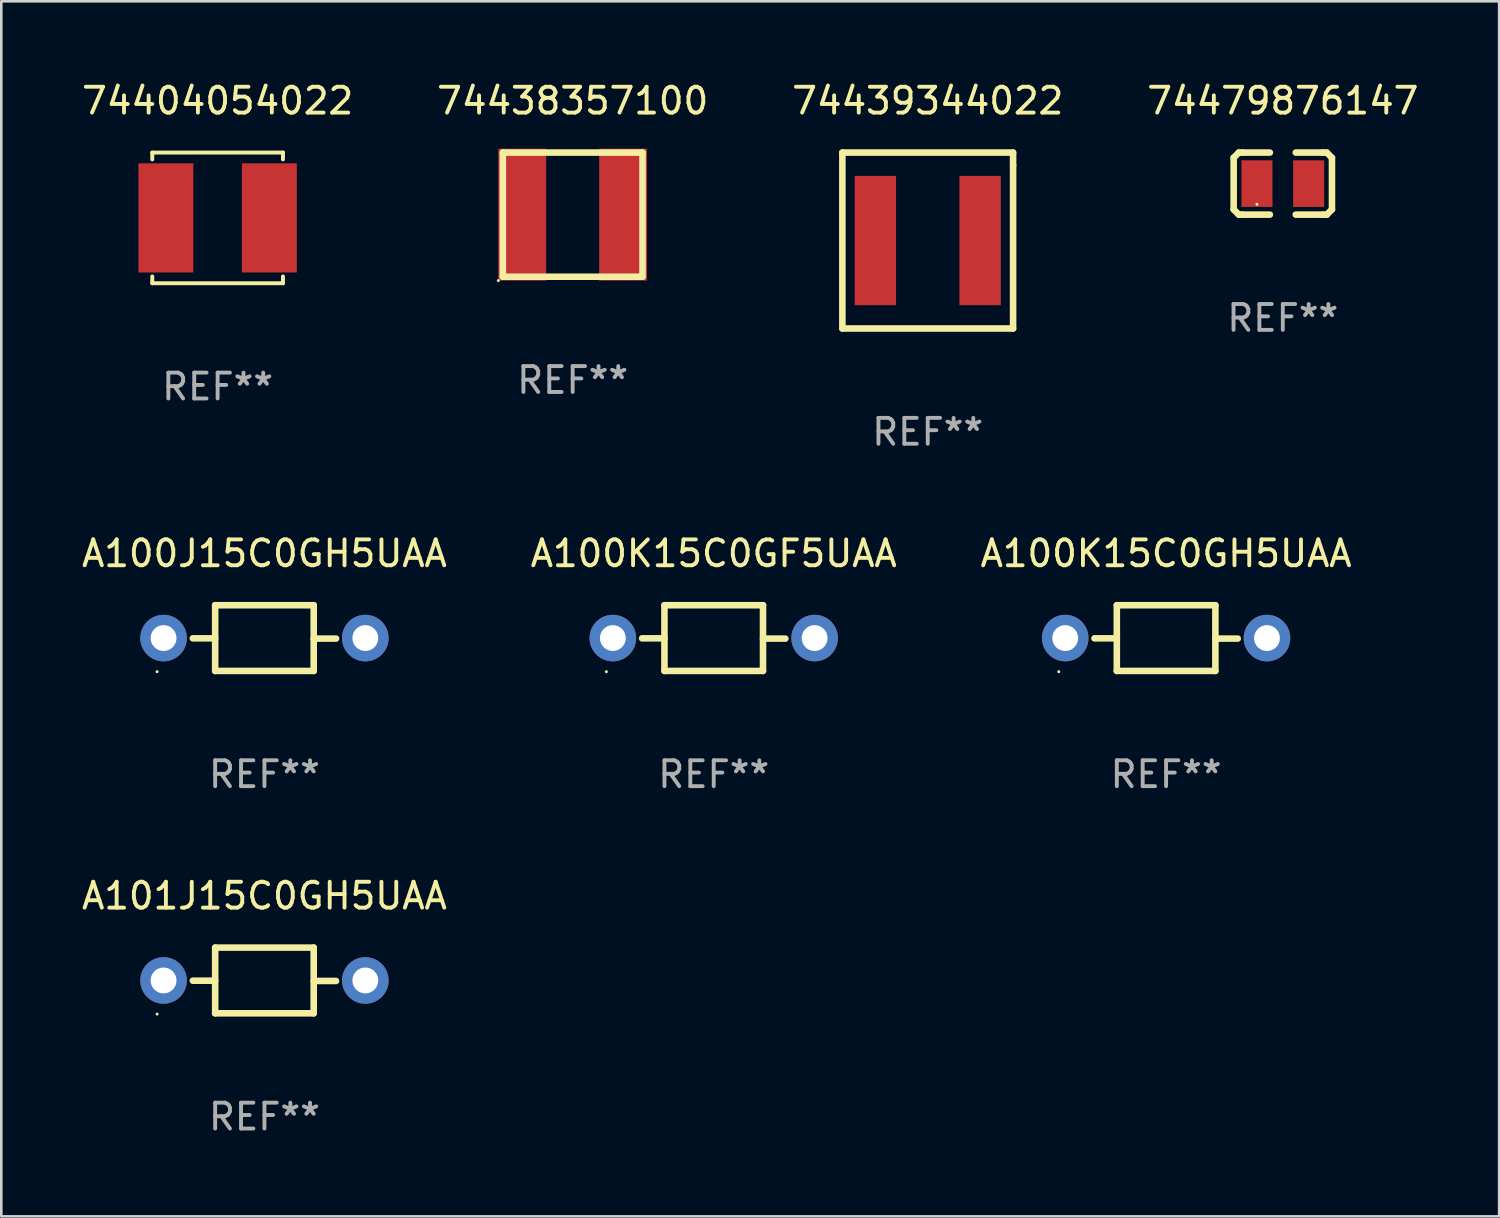
<source format=kicad_pcb>
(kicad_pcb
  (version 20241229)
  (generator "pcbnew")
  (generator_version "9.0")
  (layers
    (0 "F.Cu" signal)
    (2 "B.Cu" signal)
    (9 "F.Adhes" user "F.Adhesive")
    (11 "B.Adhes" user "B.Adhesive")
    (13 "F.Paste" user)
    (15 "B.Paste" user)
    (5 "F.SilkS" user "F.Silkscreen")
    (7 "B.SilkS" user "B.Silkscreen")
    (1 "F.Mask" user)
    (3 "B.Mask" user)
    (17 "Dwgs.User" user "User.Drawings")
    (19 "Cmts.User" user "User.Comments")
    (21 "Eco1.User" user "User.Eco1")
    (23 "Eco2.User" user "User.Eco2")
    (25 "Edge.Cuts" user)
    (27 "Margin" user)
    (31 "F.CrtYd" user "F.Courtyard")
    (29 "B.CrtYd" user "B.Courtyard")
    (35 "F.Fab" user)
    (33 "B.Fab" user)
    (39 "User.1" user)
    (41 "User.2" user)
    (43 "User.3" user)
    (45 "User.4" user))
  (footprint "74439344022"
    (layer "F.Cu")
    (at 32.815 6.249)
    (property "Reference" "74439344022" (at 0 -5.401 0) (layer "F.SilkS") (effects (font (size 1 1) (thickness 0.15))))
    (attr through_hole)
    (fp_line (start -3.3 -3.401) (end 3.299 -3.401) (stroke (width 0.254) (type solid)) (layer "F.SilkS"))
    (fp_line (start -3.3 3.401) (end -3.3 -3.401) (stroke (width 0.254) (type solid)) (layer "F.SilkS"))
    (fp_line (start 3.3 -3.4) (end 3.3 -2.9) (stroke (width 0.254) (type solid)) (layer "F.SilkS"))
    (fp_line (start 3.3 -2.9) (end 3.3 3.4) (stroke (width 0.254) (type solid)) (layer "F.SilkS"))
    (fp_line (start 3.3 3.4) (end -3.3 3.401) (stroke (width 0.254) (type solid)) (layer "F.SilkS"))
    (fp_circle (center -3.225 3.325) (end -3.195 3.325) (stroke (width 0.06) (type solid)) (fill no) (layer "F.SilkS"))
    (fp_text user "REF**" (at 0 7.401 0) (layer "F.Fab") (effects (font (size 1 1) (thickness 0.15))))
    (pad "1" smd rect (at -2.025 0) (size 1.6 5) (layers "F.Cu" "F.Mask" "F.Paste"))
    (pad "2" smd rect (at 2.025 0) (size 1.6 5) (layers "F.Cu" "F.Mask" "F.Paste")))
  (footprint "74438357100"
    (layer "F.Cu")
    (at 19.089 5.248)
    (property "Reference" "74438357100" (at 0 -4.4 0) (layer "F.SilkS") (effects (font (size 1 1) (thickness 0.15))))
    (attr through_hole)
    (fp_line (start -2.7 -2.4) (end 2.7 -2.4) (stroke (width 0.254) (type solid)) (layer "F.SilkS"))
    (fp_line (start -2.7 2.4) (end -2.7 -2.4) (stroke (width 0.254) (type solid)) (layer "F.SilkS"))
    (fp_line (start 2.7 -2.4) (end 2.7 2.4) (stroke (width 0.254) (type solid)) (layer "F.SilkS"))
    (fp_line (start 2.7 2.4) (end -2.7 2.4) (stroke (width 0.254) (type solid)) (layer "F.SilkS"))
    (fp_circle (center -2.875 2.55) (end -2.845 2.55) (stroke (width 0.06) (type solid)) (fill no) (layer "F.SilkS"))
    (fp_text user "REF**" (at 0 6.4 0) (layer "F.Fab") (effects (font (size 1 1) (thickness 0.15))))
    (pad "1" smd rect (at -1.95 0) (size 1.85 5.1) (layers "F.Cu" "F.Mask" "F.Paste"))
    (pad "2" smd rect (at 1.95 0) (size 1.85 5.1) (layers "F.Cu" "F.Mask" "F.Paste")))
  (footprint "A101J15C0GH5UAA"
    (layer "F.Cu")
    (at 7.173 34.853)
    (property "Reference" "A101J15C0GH5UAA" (at 0 -3.27 0) (layer "F.SilkS") (effects (font (size 1 1) (thickness 0.15))))
    (attr through_hole)
    (fp_line (start -1.905 -1.27) (end -1.905 1.27) (stroke (width 0.254) (type solid)) (layer "F.SilkS"))
    (fp_line (start -1.905 0.01) (end -2.769 0.01) (stroke (width 0.254) (type solid)) (layer "F.SilkS"))
    (fp_line (start -1.905 1.27) (end 1.905 1.27) (stroke (width 0.254) (type solid)) (layer "F.SilkS"))
    (fp_line (start 1.905 -1.27) (end -1.905 -1.27) (stroke (width 0.254) (type solid)) (layer "F.SilkS"))
    (fp_line (start 1.905 0.02) (end 2.769 0.02) (stroke (width 0.254) (type solid)) (layer "F.SilkS"))
    (fp_line (start 1.905 1.27) (end 1.905 -1.27) (stroke (width 0.254) (type solid)) (layer "F.SilkS"))
    (fp_circle (center -4.15 1.3) (end -4.12 1.3) (stroke (width 0.06) (type solid)) (fill no) (layer "F.SilkS"))
    (fp_text user "REF**" (at 0 5.27 0) (layer "F.Fab") (effects (font (size 1 1) (thickness 0.15))))
    (pad "1" thru_hole circle (at -3.9 0) (size 1.8 1.8) (drill 1) (layers "*.Cu" "*.Mask"))
    (pad "2" thru_hole circle (at 3.9 0) (size 1.8 1.8) (drill 1) (layers "*.Cu" "*.Mask")))
  (footprint "74479876147"
    (layer "F.Cu")
    (at 46.542 4.048)
    (property "Reference" "74479876147" (at 0 -3.2 0) (layer "F.SilkS") (effects (font (size 1 1) (thickness 0.15))))
    (attr through_hole)
    (fp_line (start -1.9 -1) (end -1.9 1) (stroke (width 0.254) (type solid)) (layer "F.SilkS"))
    (fp_line (start -1.7 -1.2) (end -1.9 -1) (stroke (width 0.254) (type solid)) (layer "F.SilkS"))
    (fp_line (start -1.7 1.2) (end -1.9 1) (stroke (width 0.254) (type solid)) (layer "F.SilkS"))
    (fp_line (start -1.55 -1.2) (end -1.7 -1.2) (stroke (width 0.254) (type solid)) (layer "F.SilkS"))
    (fp_line (start -1.55 1.2) (end -1.7 1.2) (stroke (width 0.254) (type solid)) (layer "F.SilkS"))
    (fp_line (start -0.5 -1.2) (end -1.55 -1.2) (stroke (width 0.254) (type solid)) (layer "F.SilkS"))
    (fp_line (start -0.5 1.2) (end -1.55 1.2) (stroke (width 0.254) (type solid)) (layer "F.SilkS"))
    (fp_line (start 0.5 -1.2) (end 1.55 -1.2) (stroke (width 0.254) (type solid)) (layer "F.SilkS"))
    (fp_line (start 0.5 1.2) (end 1.55 1.2) (stroke (width 0.254) (type solid)) (layer "F.SilkS"))
    (fp_line (start 1.55 -1.2) (end 1.7 -1.2) (stroke (width 0.254) (type solid)) (layer "F.SilkS"))
    (fp_line (start 1.55 1.2) (end 1.7 1.2) (stroke (width 0.254) (type solid)) (layer "F.SilkS"))
    (fp_line (start 1.7 -1.2) (end 1.9 -1) (stroke (width 0.254) (type solid)) (layer "F.SilkS"))
    (fp_line (start 1.7 1.2) (end 1.9 1) (stroke (width 0.254) (type solid)) (layer "F.SilkS"))
    (fp_line (start 1.9 -1) (end 1.9 1) (stroke (width 0.254) (type solid)) (layer "F.SilkS"))
    (fp_circle (center -1 0.8) (end -0.97 0.8) (stroke (width 0.06) (type solid)) (fill no) (layer "F.SilkS"))
    (fp_text user "REF**" (at 0 5.2 0) (layer "F.Fab") (effects (font (size 1 1) (thickness 0.15))))
    (pad "1" smd rect (at -1 0) (size 1.2 1.8) (layers "F.Cu" "F.Mask" "F.Paste"))
    (pad "2" smd rect (at 1 0) (size 1.2 1.8) (layers "F.Cu" "F.Mask" "F.Paste")))
  (footprint "A100J15C0GH5UAA"
    (layer "F.Cu")
    (at 7.173 21.617)
    (property "Reference" "A100J15C0GH5UAA" (at 0 -3.27 0) (layer "F.SilkS") (effects (font (size 1 1) (thickness 0.15))))
    (attr through_hole)
    (fp_line (start -1.905 -1.27) (end -1.905 1.27) (stroke (width 0.254) (type solid)) (layer "F.SilkS"))
    (fp_line (start -1.905 0.01) (end -2.769 0.01) (stroke (width 0.254) (type solid)) (layer "F.SilkS"))
    (fp_line (start -1.905 1.27) (end 1.905 1.27) (stroke (width 0.254) (type solid)) (layer "F.SilkS"))
    (fp_line (start 1.905 -1.27) (end -1.905 -1.27) (stroke (width 0.254) (type solid)) (layer "F.SilkS"))
    (fp_line (start 1.905 0.02) (end 2.769 0.02) (stroke (width 0.254) (type solid)) (layer "F.SilkS"))
    (fp_line (start 1.905 1.27) (end 1.905 -1.27) (stroke (width 0.254) (type solid)) (layer "F.SilkS"))
    (fp_circle (center -4.15 1.3) (end -4.12 1.3) (stroke (width 0.06) (type solid)) (fill no) (layer "F.SilkS"))
    (fp_text user "REF**" (at 0 5.27 0) (layer "F.Fab") (effects (font (size 1 1) (thickness 0.15))))
    (pad "1" thru_hole circle (at -3.9 0) (size 1.8 1.8) (drill 1) (layers "*.Cu" "*.Mask"))
    (pad "2" thru_hole circle (at 3.9 0) (size 1.8 1.8) (drill 1) (layers "*.Cu" "*.Mask")))
  (footprint "74404054022"
    (layer "F.Cu")
    (at 5.363 5.374)
    (property "Reference" "74404054022" (at 0 -4.526 0) (layer "F.SilkS") (effects (font (size 1 1) (thickness 0.15))))
    (attr through_hole)
    (fp_line (start -2.526 -2.526) (end 2.526 -2.526) (stroke (width 0.152) (type solid)) (layer "F.SilkS"))
    (fp_line (start -2.526 -2.262) (end -2.526 -2.526) (stroke (width 0.152) (type solid)) (layer "F.SilkS"))
    (fp_line (start -2.526 2.262) (end -2.526 2.526) (stroke (width 0.152) (type solid)) (layer "F.SilkS"))
    (fp_line (start -2.526 2.526) (end 2.526 2.526) (stroke (width 0.152) (type solid)) (layer "F.SilkS"))
    (fp_line (start 2.526 -2.526) (end 2.526 -2.262) (stroke (width 0.152) (type solid)) (layer "F.SilkS"))
    (fp_line (start 2.526 2.526) (end 2.526 2.262) (stroke (width 0.152) (type solid)) (layer "F.SilkS"))
    (fp_circle (center 2.5 -2.5) (end 2.53 -2.5) (stroke (width 0.06) (type solid)) (fill no) (layer "F.SilkS"))
    (fp_text user "REF**" (at 0 6.526 0) (layer "F.Fab") (effects (font (size 1 1) (thickness 0.15))))
    (pad "1" smd rect (at 2 0) (size 2.124 4.22) (layers "F.Cu" "F.Mask" "F.Paste"))
    (pad "2" smd rect (at -2 0) (size 2.124 4.22) (layers "F.Cu" "F.Mask" "F.Paste")))
  (footprint "A100K15C0GH5UAA"
    (layer "F.Cu")
    (at 42.03 21.617)
    (property "Reference" "A100K15C0GH5UAA" (at 0 -3.27 0) (layer "F.SilkS") (effects (font (size 1 1) (thickness 0.15))))
    (attr through_hole)
    (fp_line (start -1.905 -1.27) (end -1.905 1.27) (stroke (width 0.254) (type solid)) (layer "F.SilkS"))
    (fp_line (start -1.905 0.01) (end -2.769 0.01) (stroke (width 0.254) (type solid)) (layer "F.SilkS"))
    (fp_line (start -1.905 1.27) (end 1.905 1.27) (stroke (width 0.254) (type solid)) (layer "F.SilkS"))
    (fp_line (start 1.905 -1.27) (end -1.905 -1.27) (stroke (width 0.254) (type solid)) (layer "F.SilkS"))
    (fp_line (start 1.905 0.02) (end 2.769 0.02) (stroke (width 0.254) (type solid)) (layer "F.SilkS"))
    (fp_line (start 1.905 1.27) (end 1.905 -1.27) (stroke (width 0.254) (type solid)) (layer "F.SilkS"))
    (fp_circle (center -4.15 1.3) (end -4.12 1.3) (stroke (width 0.06) (type solid)) (fill no) (layer "F.SilkS"))
    (fp_text user "REF**" (at 0 5.27 0) (layer "F.Fab") (effects (font (size 1 1) (thickness 0.15))))
    (pad "1" thru_hole circle (at -3.9 0) (size 1.8 1.8) (drill 1) (layers "*.Cu" "*.Mask"))
    (pad "2" thru_hole circle (at 3.9 0) (size 1.8 1.8) (drill 1) (layers "*.Cu" "*.Mask")))
  (footprint "A100K15C0GF5UAA"
    (layer "F.Cu")
    (at 24.542 21.617)
    (property "Reference" "A100K15C0GF5UAA" (at 0 -3.27 0) (layer "F.SilkS") (effects (font (size 1 1) (thickness 0.15))))
    (attr through_hole)
    (fp_line (start -1.905 -1.27) (end -1.905 1.27) (stroke (width 0.254) (type solid)) (layer "F.SilkS"))
    (fp_line (start -1.905 0.01) (end -2.769 0.01) (stroke (width 0.254) (type solid)) (layer "F.SilkS"))
    (fp_line (start -1.905 1.27) (end 1.905 1.27) (stroke (width 0.254) (type solid)) (layer "F.SilkS"))
    (fp_line (start 1.905 -1.27) (end -1.905 -1.27) (stroke (width 0.254) (type solid)) (layer "F.SilkS"))
    (fp_line (start 1.905 0.02) (end 2.769 0.02) (stroke (width 0.254) (type solid)) (layer "F.SilkS"))
    (fp_line (start 1.905 1.27) (end 1.905 -1.27) (stroke (width 0.254) (type solid)) (layer "F.SilkS"))
    (fp_circle (center -4.15 1.3) (end -4.12 1.3) (stroke (width 0.06) (type solid)) (fill no) (layer "F.SilkS"))
    (fp_text user "REF**" (at 0 5.27 0) (layer "F.Fab") (effects (font (size 1 1) (thickness 0.15))))
    (pad "1" thru_hole circle (at -3.9 0) (size 1.8 1.8) (drill 1) (layers "*.Cu" "*.Mask"))
    (pad "2" thru_hole circle (at 3.9 0) (size 1.8 1.8) (drill 1) (layers "*.Cu" "*.Mask")))
  (gr_rect
    (start -3 -3)
    (end 54.905 43.972)
    (stroke (width 0.1) (type default))
    (fill no)
    (layer "Edge.Cuts")))
</source>
